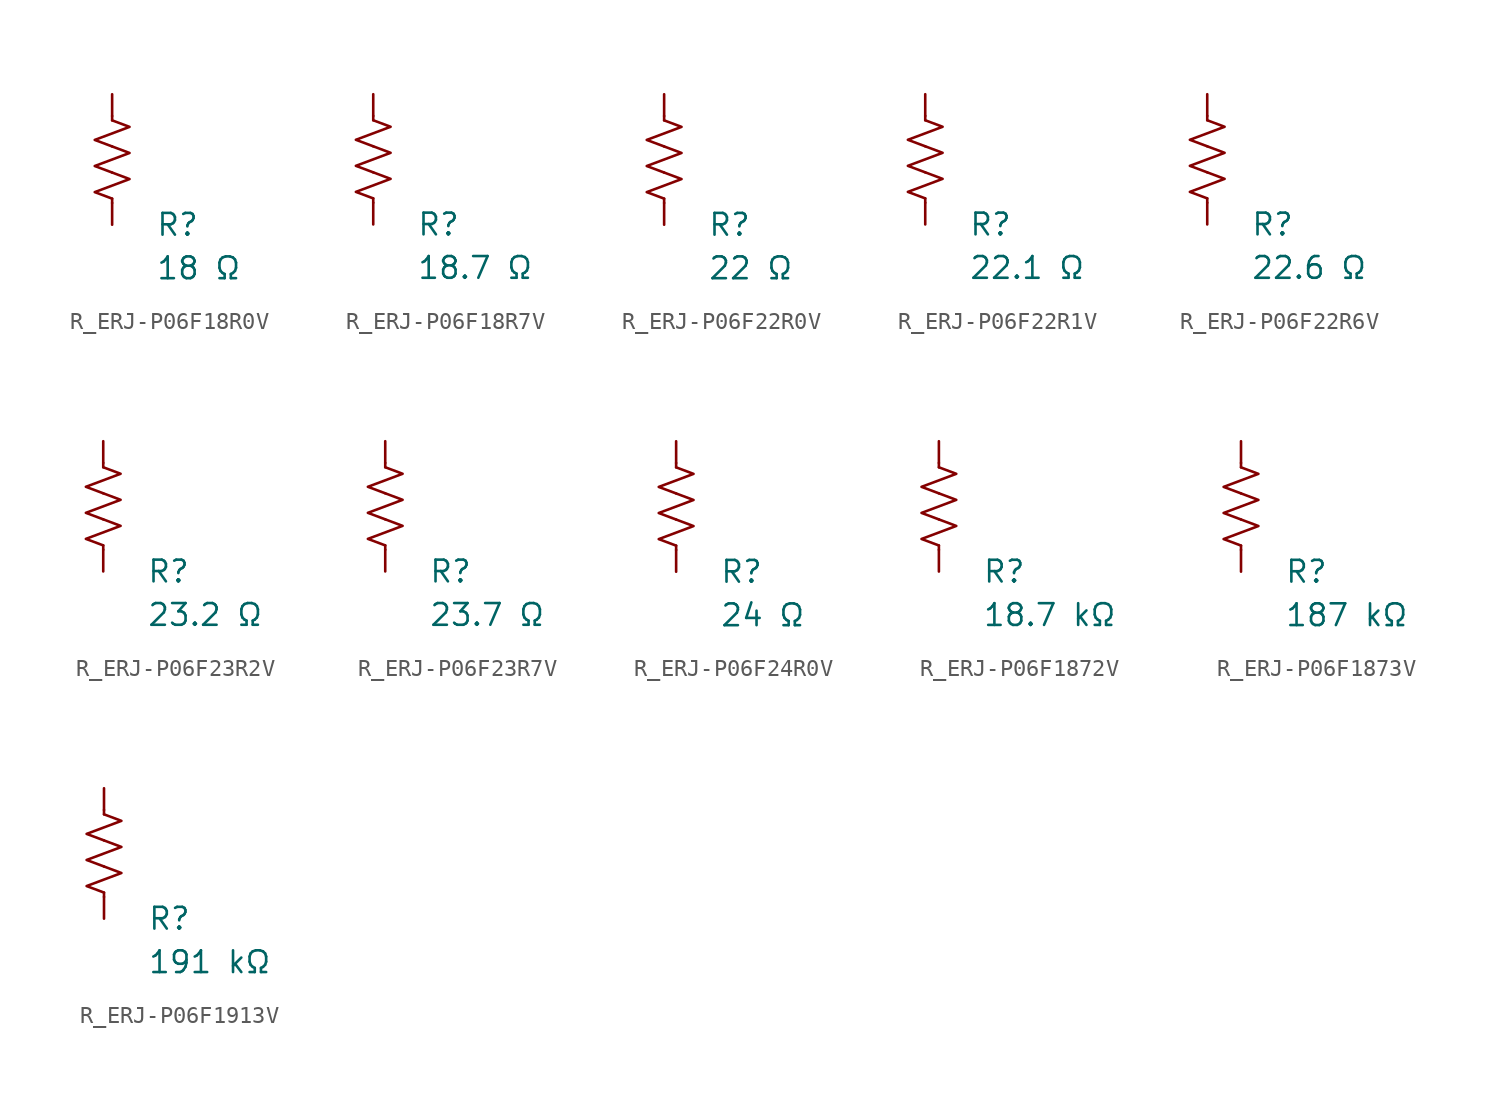
<source format=kicad_sym>
(kicad_symbol_lib
  (version 20231120)
  (generator "kicad_symbol_editor")
  (generator_version "8.0")
  (symbol "R_ERJ-P06F18R0V"
    (pin_numbers hide)
    (pin_names
      (offset 0))
    (property "Reference" "R"
      (at 2.54 -3.81 0)
      (effects (font (size 1.27 1.27)) (justify left))
      (show_name no))
    (property "Value" "18 Ω"
      (at 2.54 -6.35 0)
      (effects (font (size 1.27 1.27)) (justify left))
      (show_name no))
    (symbol "R_ERJ-P06F18R0V_0_1"
      (polyline (pts (xy 0 -2.286) (xy 0 -2.54)) (stroke (width 0) (type default)) (fill (type none)))
      (polyline (pts (xy 0 2.286) (xy 0 2.54)) (stroke (width 0) (type default)) (fill (type none)))
      (polyline (pts (xy 0 -0.762) (xy 1.016 -1.143) (xy 0 -1.524) (xy -1.016 -1.905) (xy 0 -2.286)) (stroke (width 0) (type default)) (fill (type none)))
      (polyline (pts (xy 0 0.762) (xy 1.016 0.381) (xy 0 0) (xy -1.016 -0.381) (xy 0 -0.762)) (stroke (width 0) (type default)) (fill (type none)))
      (polyline (pts (xy 0 2.286) (xy 1.016 1.905) (xy 0 1.524) (xy -1.016 1.143) (xy 0 0.762)) (stroke (width 0) (type default)) (fill (type none))))
    (symbol "R_ERJ-P06F18R0V_1_1"
      (pin passive line (at 0 3.81 270) (length 1.27) (name "~" (effects (font (size 1.27 1.27)))) (number "1" (effects (font (size 1.27 1.27)))))
      (pin passive line (at 0 -3.81 90) (length 1.27) (name "~" (effects (font (size 1.27 1.27)))) (number "2" (effects (font (size 1.27 1.27)))))))
  (symbol "R_ERJ-P06F18R7V"
    (pin_numbers hide)
    (pin_names
      (offset 0))
    (property "Reference" "R"
      (at 2.54 -3.81 0)
      (effects (font (size 1.27 1.27)) (justify left))
      (show_name no))
    (property "Value" "18.7 Ω"
      (at 2.54 -6.35 0)
      (effects (font (size 1.27 1.27)) (justify left))
      (show_name no))
    (symbol "R_ERJ-P06F18R7V_0_1"
      (polyline (pts (xy 0 -2.286) (xy 0 -2.54)) (stroke (width 0) (type default)) (fill (type none)))
      (polyline (pts (xy 0 2.286) (xy 0 2.54)) (stroke (width 0) (type default)) (fill (type none)))
      (polyline (pts (xy 0 -0.762) (xy 1.016 -1.143) (xy 0 -1.524) (xy -1.016 -1.905) (xy 0 -2.286)) (stroke (width 0) (type default)) (fill (type none)))
      (polyline (pts (xy 0 0.762) (xy 1.016 0.381) (xy 0 0) (xy -1.016 -0.381) (xy 0 -0.762)) (stroke (width 0) (type default)) (fill (type none)))
      (polyline (pts (xy 0 2.286) (xy 1.016 1.905) (xy 0 1.524) (xy -1.016 1.143) (xy 0 0.762)) (stroke (width 0) (type default)) (fill (type none))))
    (symbol "R_ERJ-P06F18R7V_1_1"
      (pin passive line (at 0 3.81 270) (length 1.27) (name "~" (effects (font (size 1.27 1.27)))) (number "1" (effects (font (size 1.27 1.27)))))
      (pin passive line (at 0 -3.81 90) (length 1.27) (name "~" (effects (font (size 1.27 1.27)))) (number "2" (effects (font (size 1.27 1.27)))))))
  (symbol "R_ERJ-P06F22R0V"
    (pin_numbers hide)
    (pin_names
      (offset 0))
    (property "Reference" "R"
      (at 2.54 -3.81 0)
      (effects (font (size 1.27 1.27)) (justify left))
      (show_name no))
    (property "Value" "22 Ω"
      (at 2.54 -6.35 0)
      (effects (font (size 1.27 1.27)) (justify left))
      (show_name no))
    (symbol "R_ERJ-P06F22R0V_0_1"
      (polyline (pts (xy 0 -2.286) (xy 0 -2.54)) (stroke (width 0) (type default)) (fill (type none)))
      (polyline (pts (xy 0 2.286) (xy 0 2.54)) (stroke (width 0) (type default)) (fill (type none)))
      (polyline (pts (xy 0 -0.762) (xy 1.016 -1.143) (xy 0 -1.524) (xy -1.016 -1.905) (xy 0 -2.286)) (stroke (width 0) (type default)) (fill (type none)))
      (polyline (pts (xy 0 0.762) (xy 1.016 0.381) (xy 0 0) (xy -1.016 -0.381) (xy 0 -0.762)) (stroke (width 0) (type default)) (fill (type none)))
      (polyline (pts (xy 0 2.286) (xy 1.016 1.905) (xy 0 1.524) (xy -1.016 1.143) (xy 0 0.762)) (stroke (width 0) (type default)) (fill (type none))))
    (symbol "R_ERJ-P06F22R0V_1_1"
      (pin passive line (at 0 3.81 270) (length 1.27) (name "~" (effects (font (size 1.27 1.27)))) (number "1" (effects (font (size 1.27 1.27)))))
      (pin passive line (at 0 -3.81 90) (length 1.27) (name "~" (effects (font (size 1.27 1.27)))) (number "2" (effects (font (size 1.27 1.27)))))))
  (symbol "R_ERJ-P06F22R1V"
    (pin_numbers hide)
    (pin_names
      (offset 0))
    (property "Reference" "R"
      (at 2.54 -3.81 0)
      (effects (font (size 1.27 1.27)) (justify left))
      (show_name no))
    (property "Value" "22.1 Ω"
      (at 2.54 -6.35 0)
      (effects (font (size 1.27 1.27)) (justify left))
      (show_name no))
    (symbol "R_ERJ-P06F22R1V_0_1"
      (polyline (pts (xy 0 -2.286) (xy 0 -2.54)) (stroke (width 0) (type default)) (fill (type none)))
      (polyline (pts (xy 0 2.286) (xy 0 2.54)) (stroke (width 0) (type default)) (fill (type none)))
      (polyline (pts (xy 0 -0.762) (xy 1.016 -1.143) (xy 0 -1.524) (xy -1.016 -1.905) (xy 0 -2.286)) (stroke (width 0) (type default)) (fill (type none)))
      (polyline (pts (xy 0 0.762) (xy 1.016 0.381) (xy 0 0) (xy -1.016 -0.381) (xy 0 -0.762)) (stroke (width 0) (type default)) (fill (type none)))
      (polyline (pts (xy 0 2.286) (xy 1.016 1.905) (xy 0 1.524) (xy -1.016 1.143) (xy 0 0.762)) (stroke (width 0) (type default)) (fill (type none))))
    (symbol "R_ERJ-P06F22R1V_1_1"
      (pin passive line (at 0 3.81 270) (length 1.27) (name "~" (effects (font (size 1.27 1.27)))) (number "1" (effects (font (size 1.27 1.27)))))
      (pin passive line (at 0 -3.81 90) (length 1.27) (name "~" (effects (font (size 1.27 1.27)))) (number "2" (effects (font (size 1.27 1.27)))))))
  (symbol "R_ERJ-P06F22R6V"
    (pin_numbers hide)
    (pin_names
      (offset 0))
    (property "Reference" "R"
      (at 2.54 -3.81 0)
      (effects (font (size 1.27 1.27)) (justify left))
      (show_name no))
    (property "Value" "22.6 Ω"
      (at 2.54 -6.35 0)
      (effects (font (size 1.27 1.27)) (justify left))
      (show_name no))
    (symbol "R_ERJ-P06F22R6V_0_1"
      (polyline (pts (xy 0 -2.286) (xy 0 -2.54)) (stroke (width 0) (type default)) (fill (type none)))
      (polyline (pts (xy 0 2.286) (xy 0 2.54)) (stroke (width 0) (type default)) (fill (type none)))
      (polyline (pts (xy 0 -0.762) (xy 1.016 -1.143) (xy 0 -1.524) (xy -1.016 -1.905) (xy 0 -2.286)) (stroke (width 0) (type default)) (fill (type none)))
      (polyline (pts (xy 0 0.762) (xy 1.016 0.381) (xy 0 0) (xy -1.016 -0.381) (xy 0 -0.762)) (stroke (width 0) (type default)) (fill (type none)))
      (polyline (pts (xy 0 2.286) (xy 1.016 1.905) (xy 0 1.524) (xy -1.016 1.143) (xy 0 0.762)) (stroke (width 0) (type default)) (fill (type none))))
    (symbol "R_ERJ-P06F22R6V_1_1"
      (pin passive line (at 0 3.81 270) (length 1.27) (name "~" (effects (font (size 1.27 1.27)))) (number "1" (effects (font (size 1.27 1.27)))))
      (pin passive line (at 0 -3.81 90) (length 1.27) (name "~" (effects (font (size 1.27 1.27)))) (number "2" (effects (font (size 1.27 1.27)))))))
  (symbol "R_ERJ-P06F23R2V"
    (pin_numbers hide)
    (pin_names
      (offset 0))
    (property "Reference" "R"
      (at 2.54 -3.81 0)
      (effects (font (size 1.27 1.27)) (justify left))
      (show_name no))
    (property "Value" "23.2 Ω"
      (at 2.54 -6.35 0)
      (effects (font (size 1.27 1.27)) (justify left))
      (show_name no))
    (symbol "R_ERJ-P06F23R2V_0_1"
      (polyline (pts (xy 0 -2.286) (xy 0 -2.54)) (stroke (width 0) (type default)) (fill (type none)))
      (polyline (pts (xy 0 2.286) (xy 0 2.54)) (stroke (width 0) (type default)) (fill (type none)))
      (polyline (pts (xy 0 -0.762) (xy 1.016 -1.143) (xy 0 -1.524) (xy -1.016 -1.905) (xy 0 -2.286)) (stroke (width 0) (type default)) (fill (type none)))
      (polyline (pts (xy 0 0.762) (xy 1.016 0.381) (xy 0 0) (xy -1.016 -0.381) (xy 0 -0.762)) (stroke (width 0) (type default)) (fill (type none)))
      (polyline (pts (xy 0 2.286) (xy 1.016 1.905) (xy 0 1.524) (xy -1.016 1.143) (xy 0 0.762)) (stroke (width 0) (type default)) (fill (type none))))
    (symbol "R_ERJ-P06F23R2V_1_1"
      (pin passive line (at 0 3.81 270) (length 1.27) (name "~" (effects (font (size 1.27 1.27)))) (number "1" (effects (font (size 1.27 1.27)))))
      (pin passive line (at 0 -3.81 90) (length 1.27) (name "~" (effects (font (size 1.27 1.27)))) (number "2" (effects (font (size 1.27 1.27)))))))
  (symbol "R_ERJ-P06F23R7V"
    (pin_numbers hide)
    (pin_names
      (offset 0))
    (property "Reference" "R"
      (at 2.54 -3.81 0)
      (effects (font (size 1.27 1.27)) (justify left))
      (show_name no))
    (property "Value" "23.7 Ω"
      (at 2.54 -6.35 0)
      (effects (font (size 1.27 1.27)) (justify left))
      (show_name no))
    (symbol "R_ERJ-P06F23R7V_0_1"
      (polyline (pts (xy 0 -2.286) (xy 0 -2.54)) (stroke (width 0) (type default)) (fill (type none)))
      (polyline (pts (xy 0 2.286) (xy 0 2.54)) (stroke (width 0) (type default)) (fill (type none)))
      (polyline (pts (xy 0 -0.762) (xy 1.016 -1.143) (xy 0 -1.524) (xy -1.016 -1.905) (xy 0 -2.286)) (stroke (width 0) (type default)) (fill (type none)))
      (polyline (pts (xy 0 0.762) (xy 1.016 0.381) (xy 0 0) (xy -1.016 -0.381) (xy 0 -0.762)) (stroke (width 0) (type default)) (fill (type none)))
      (polyline (pts (xy 0 2.286) (xy 1.016 1.905) (xy 0 1.524) (xy -1.016 1.143) (xy 0 0.762)) (stroke (width 0) (type default)) (fill (type none))))
    (symbol "R_ERJ-P06F23R7V_1_1"
      (pin passive line (at 0 3.81 270) (length 1.27) (name "~" (effects (font (size 1.27 1.27)))) (number "1" (effects (font (size 1.27 1.27)))))
      (pin passive line (at 0 -3.81 90) (length 1.27) (name "~" (effects (font (size 1.27 1.27)))) (number "2" (effects (font (size 1.27 1.27)))))))
  (symbol "R_ERJ-P06F24R0V"
    (pin_numbers hide)
    (pin_names
      (offset 0))
    (property "Reference" "R"
      (at 2.54 -3.81 0)
      (effects (font (size 1.27 1.27)) (justify left))
      (show_name no))
    (property "Value" "24 Ω"
      (at 2.54 -6.35 0)
      (effects (font (size 1.27 1.27)) (justify left))
      (show_name no))
    (symbol "R_ERJ-P06F24R0V_0_1"
      (polyline (pts (xy 0 -2.286) (xy 0 -2.54)) (stroke (width 0) (type default)) (fill (type none)))
      (polyline (pts (xy 0 2.286) (xy 0 2.54)) (stroke (width 0) (type default)) (fill (type none)))
      (polyline (pts (xy 0 -0.762) (xy 1.016 -1.143) (xy 0 -1.524) (xy -1.016 -1.905) (xy 0 -2.286)) (stroke (width 0) (type default)) (fill (type none)))
      (polyline (pts (xy 0 0.762) (xy 1.016 0.381) (xy 0 0) (xy -1.016 -0.381) (xy 0 -0.762)) (stroke (width 0) (type default)) (fill (type none)))
      (polyline (pts (xy 0 2.286) (xy 1.016 1.905) (xy 0 1.524) (xy -1.016 1.143) (xy 0 0.762)) (stroke (width 0) (type default)) (fill (type none))))
    (symbol "R_ERJ-P06F24R0V_1_1"
      (pin passive line (at 0 3.81 270) (length 1.27) (name "~" (effects (font (size 1.27 1.27)))) (number "1" (effects (font (size 1.27 1.27)))))
      (pin passive line (at 0 -3.81 90) (length 1.27) (name "~" (effects (font (size 1.27 1.27)))) (number "2" (effects (font (size 1.27 1.27)))))))
  (symbol "R_ERJ-P06F1872V"
    (pin_numbers hide)
    (pin_names
      (offset 0))
    (property "Reference" "R"
      (at 2.54 -3.81 0)
      (effects (font (size 1.27 1.27)) (justify left))
      (show_name no))
    (property "Value" "18.7 kΩ"
      (at 2.54 -6.35 0)
      (effects (font (size 1.27 1.27)) (justify left))
      (show_name no))
    (symbol "R_ERJ-P06F1872V_0_1"
      (polyline (pts (xy 0 -2.286) (xy 0 -2.54)) (stroke (width 0) (type default)) (fill (type none)))
      (polyline (pts (xy 0 2.286) (xy 0 2.54)) (stroke (width 0) (type default)) (fill (type none)))
      (polyline (pts (xy 0 -0.762) (xy 1.016 -1.143) (xy 0 -1.524) (xy -1.016 -1.905) (xy 0 -2.286)) (stroke (width 0) (type default)) (fill (type none)))
      (polyline (pts (xy 0 0.762) (xy 1.016 0.381) (xy 0 0) (xy -1.016 -0.381) (xy 0 -0.762)) (stroke (width 0) (type default)) (fill (type none)))
      (polyline (pts (xy 0 2.286) (xy 1.016 1.905) (xy 0 1.524) (xy -1.016 1.143) (xy 0 0.762)) (stroke (width 0) (type default)) (fill (type none))))
    (symbol "R_ERJ-P06F1872V_1_1"
      (pin passive line (at 0 3.81 270) (length 1.27) (name "~" (effects (font (size 1.27 1.27)))) (number "1" (effects (font (size 1.27 1.27)))))
      (pin passive line (at 0 -3.81 90) (length 1.27) (name "~" (effects (font (size 1.27 1.27)))) (number "2" (effects (font (size 1.27 1.27)))))))
  (symbol "R_ERJ-P06F1873V"
    (pin_numbers hide)
    (pin_names
      (offset 0))
    (property "Reference" "R"
      (at 2.54 -3.81 0)
      (effects (font (size 1.27 1.27)) (justify left))
      (show_name no))
    (property "Value" "187 kΩ"
      (at 2.54 -6.35 0)
      (effects (font (size 1.27 1.27)) (justify left))
      (show_name no))
    (symbol "R_ERJ-P06F1873V_0_1"
      (polyline (pts (xy 0 -2.286) (xy 0 -2.54)) (stroke (width 0) (type default)) (fill (type none)))
      (polyline (pts (xy 0 2.286) (xy 0 2.54)) (stroke (width 0) (type default)) (fill (type none)))
      (polyline (pts (xy 0 -0.762) (xy 1.016 -1.143) (xy 0 -1.524) (xy -1.016 -1.905) (xy 0 -2.286)) (stroke (width 0) (type default)) (fill (type none)))
      (polyline (pts (xy 0 0.762) (xy 1.016 0.381) (xy 0 0) (xy -1.016 -0.381) (xy 0 -0.762)) (stroke (width 0) (type default)) (fill (type none)))
      (polyline (pts (xy 0 2.286) (xy 1.016 1.905) (xy 0 1.524) (xy -1.016 1.143) (xy 0 0.762)) (stroke (width 0) (type default)) (fill (type none))))
    (symbol "R_ERJ-P06F1873V_1_1"
      (pin passive line (at 0 3.81 270) (length 1.27) (name "~" (effects (font (size 1.27 1.27)))) (number "1" (effects (font (size 1.27 1.27)))))
      (pin passive line (at 0 -3.81 90) (length 1.27) (name "~" (effects (font (size 1.27 1.27)))) (number "2" (effects (font (size 1.27 1.27)))))))
  (symbol "R_ERJ-P06F1913V"
    (pin_numbers hide)
    (pin_names
      (offset 0))
    (property "Reference" "R"
      (at 2.54 -3.81 0)
      (effects (font (size 1.27 1.27)) (justify left))
      (show_name no))
    (property "Value" "191 kΩ"
      (at 2.54 -6.35 0)
      (effects (font (size 1.27 1.27)) (justify left))
      (show_name no))
    (symbol "R_ERJ-P06F1913V_0_1"
      (polyline (pts (xy 0 -2.286) (xy 0 -2.54)) (stroke (width 0) (type default)) (fill (type none)))
      (polyline (pts (xy 0 2.286) (xy 0 2.54)) (stroke (width 0) (type default)) (fill (type none)))
      (polyline (pts (xy 0 -0.762) (xy 1.016 -1.143) (xy 0 -1.524) (xy -1.016 -1.905) (xy 0 -2.286)) (stroke (width 0) (type default)) (fill (type none)))
      (polyline (pts (xy 0 0.762) (xy 1.016 0.381) (xy 0 0) (xy -1.016 -0.381) (xy 0 -0.762)) (stroke (width 0) (type default)) (fill (type none)))
      (polyline (pts (xy 0 2.286) (xy 1.016 1.905) (xy 0 1.524) (xy -1.016 1.143) (xy 0 0.762)) (stroke (width 0) (type default)) (fill (type none))))
    (symbol "R_ERJ-P06F1913V_1_1"
      (pin passive line (at 0 3.81 270) (length 1.27) (name "~" (effects (font (size 1.27 1.27)))) (number "1" (effects (font (size 1.27 1.27)))))
      (pin passive line (at 0 -3.81 90) (length 1.27) (name "~" (effects (font (size 1.27 1.27)))) (number "2" (effects (font (size 1.27 1.27))))))))
</source>
